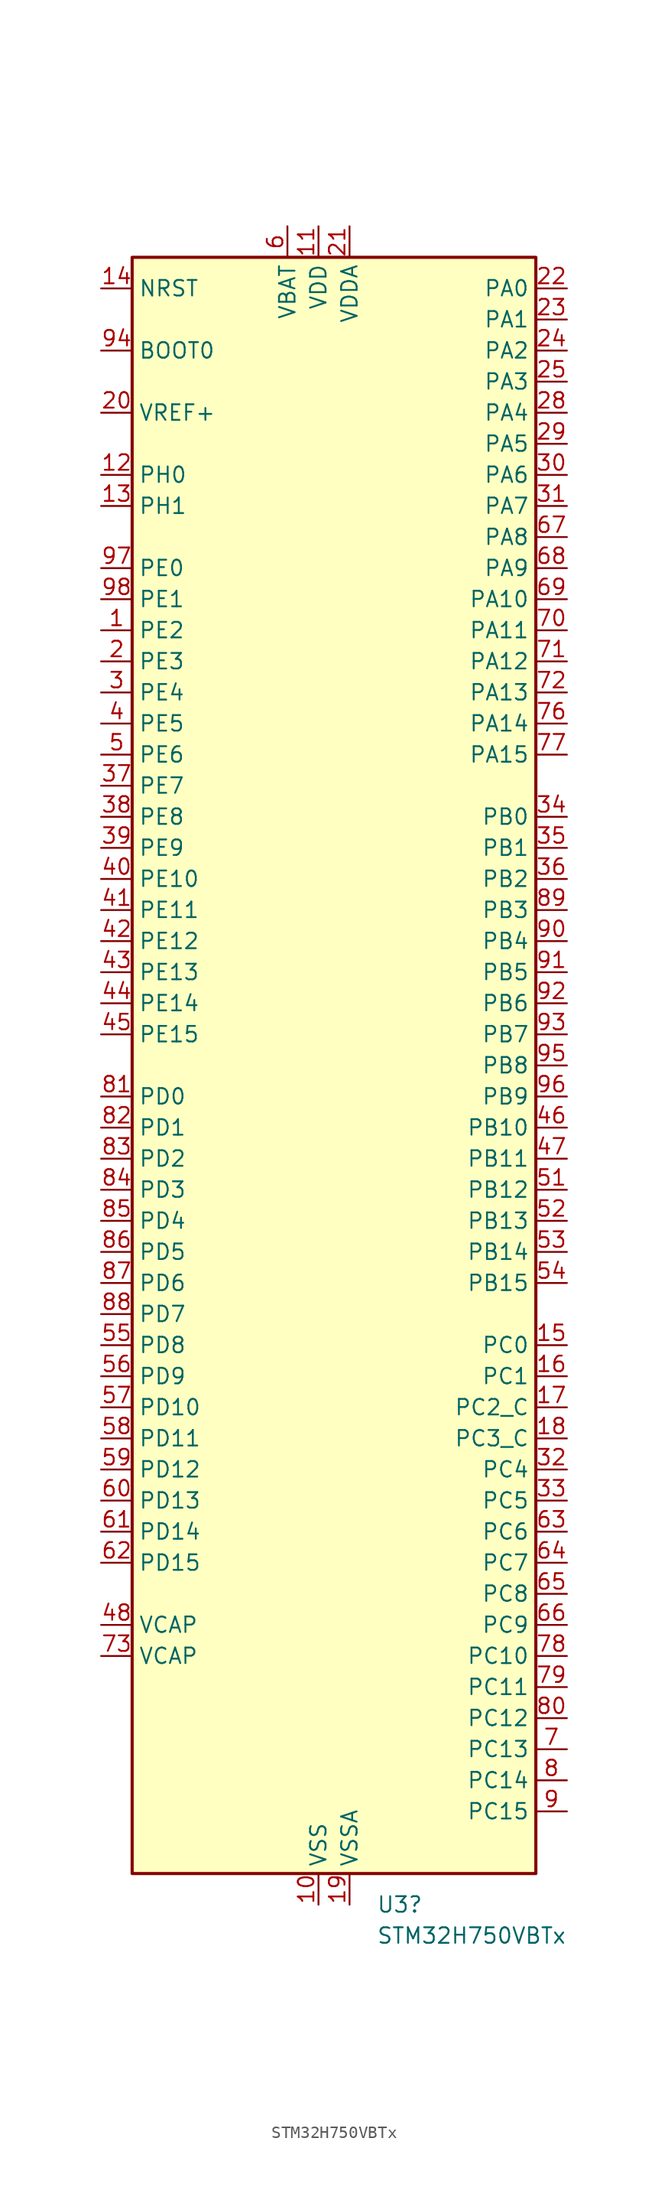
<source format=kicad_sym>
(kicad_symbol_lib
  (version 20231120)
  (generator "kicad_symbol_editor")
  (generator_version "8.0")
  (symbol "STM32H750VBTx"
    (property "Reference" "U3"
      (at 4.734 -68.58 0)
      (effects (font (size 1.27 1.27)) (justify left)))
    (property "Value" "STM32H750VBTx"
      (at 4.734 -71.12 0)
      (effects (font (size 1.27 1.27)) (justify left)))
    (symbol "STM32H750VBTx_0_1"
      (rectangle (start -15.24 66.04) (end 17.78 -66.04) (stroke (width 0.254) (type default)) (fill (type background))))
    (symbol "STM32H750VBTx_1_1"
      (pin bidirectional line (at -17.78 35.56 0) (length 2.54) (name "PE2" (effects (font (size 1.27 1.27)))) (number "1" (effects (font (size 1.27 1.27)))) (alternate "DEBUG_TRACECLK" bidirectional line) (alternate "ETH_TXD3" bidirectional line) (alternate "FMC_A23" bidirectional line) (alternate "QUADSPI_BK1_IO2" bidirectional line) (alternate "SAI1_CK1" bidirectional line) (alternate "SAI1_MCLK_A" bidirectional line) (alternate "SAI4_CK1" bidirectional line) (alternate "SAI4_MCLK_A" bidirectional line) (alternate "SPI4_SCK" bidirectional line))
      (pin power_in line (at 0 -68.58 90) (length 2.54) (name "VSS" (effects (font (size 1.27 1.27)))) (number "10" (effects (font (size 1.27 1.27)))))
      (pin power_in line (at 0 68.58 270) (length 2.54) hide (name "VDD" (effects (font (size 1.27 1.27)))) (number "100" (effects (font (size 1.27 1.27)))))
      (pin power_in line (at 0 68.58 270) (length 2.54) (name "VDD" (effects (font (size 1.27 1.27)))) (number "11" (effects (font (size 1.27 1.27)))))
      (pin bidirectional line (at -17.78 48.26 0) (length 2.54) (name "PH0" (effects (font (size 1.27 1.27)))) (number "12" (effects (font (size 1.27 1.27)))) (alternate "RCC_OSC_IN" bidirectional line))
      (pin bidirectional line (at -17.78 45.72 0) (length 2.54) (name "PH1" (effects (font (size 1.27 1.27)))) (number "13" (effects (font (size 1.27 1.27)))) (alternate "RCC_OSC_OUT" bidirectional line))
      (pin input line (at -17.78 63.5 0) (length 2.54) (name "NRST" (effects (font (size 1.27 1.27)))) (number "14" (effects (font (size 1.27 1.27)))))
      (pin bidirectional line (at 20.32 -22.86 180) (length 2.54) (name "PC0" (effects (font (size 1.27 1.27)))) (number "15" (effects (font (size 1.27 1.27)))) (alternate "ADC1_INP10" bidirectional line) (alternate "ADC2_INP10" bidirectional line) (alternate "ADC3_INP10" bidirectional line) (alternate "DFSDM1_CKIN0" bidirectional line) (alternate "DFSDM1_DATIN4" bidirectional line) (alternate "FMC_SDNWE" bidirectional line) (alternate "LTDC_R5" bidirectional line) (alternate "SAI2_FS_B" bidirectional line) (alternate "USB_OTG_HS_ULPI_STP" bidirectional line))
      (pin bidirectional line (at 20.32 -25.4 180) (length 2.54) (name "PC1" (effects (font (size 1.27 1.27)))) (number "16" (effects (font (size 1.27 1.27)))) (alternate "ADC1_INN10" bidirectional line) (alternate "ADC1_INP11" bidirectional line) (alternate "ADC2_INN10" bidirectional line) (alternate "ADC2_INP11" bidirectional line) (alternate "ADC3_INN10" bidirectional line) (alternate "ADC3_INP11" bidirectional line) (alternate "DEBUG_TRACED0" bidirectional line) (alternate "DFSDM1_CKIN4" bidirectional line) (alternate "DFSDM1_DATIN0" bidirectional line) (alternate "ETH_MDC" bidirectional line) (alternate "I2S2_SDO" bidirectional line) (alternate "MDIOS_MDC" bidirectional line) (alternate "PWR_WKUP6" bidirectional line) (alternate "RTC_TAMP3" bidirectional line) (alternate "SAI1_D1" bidirectional line) (alternate "SAI1_SD_A" bidirectional line) (alternate "SAI4_D1" bidirectional line) (alternate "SAI4_SD_A" bidirectional line) (alternate "SDMMC2_CK" bidirectional line) (alternate "SPI2_MOSI" bidirectional line))
      (pin bidirectional line (at 20.32 -27.94 180) (length 2.54) (name "PC2_C" (effects (font (size 1.27 1.27)))) (number "17" (effects (font (size 1.27 1.27)))) (alternate "ADC3_INN1" bidirectional line) (alternate "ADC3_INP0" bidirectional line) (alternate "DFSDM1_CKIN1" bidirectional line) (alternate "DFSDM1_CKOUT" bidirectional line) (alternate "ETH_TXD2" bidirectional line) (alternate "FMC_SDNE0" bidirectional line) (alternate "I2S2_SDI" bidirectional line) (alternate "PWR_CSTOP" bidirectional line) (alternate "SPI2_MISO" bidirectional line) (alternate "USB_OTG_HS_ULPI_DIR" bidirectional line))
      (pin bidirectional line (at 20.32 -30.48 180) (length 2.54) (name "PC3_C" (effects (font (size 1.27 1.27)))) (number "18" (effects (font (size 1.27 1.27)))) (alternate "ADC3_INP1" bidirectional line) (alternate "DFSDM1_DATIN1" bidirectional line) (alternate "ETH_TX_CLK" bidirectional line) (alternate "FMC_SDCKE0" bidirectional line) (alternate "I2S2_SDO" bidirectional line) (alternate "PWR_CSLEEP" bidirectional line) (alternate "SPI2_MOSI" bidirectional line) (alternate "USB_OTG_HS_ULPI_NXT" bidirectional line))
      (pin power_in line (at 2.54 -68.58 90) (length 2.54) (name "VSSA" (effects (font (size 1.27 1.27)))) (number "19" (effects (font (size 1.27 1.27)))))
      (pin bidirectional line (at -17.78 33.02 0) (length 2.54) (name "PE3" (effects (font (size 1.27 1.27)))) (number "2" (effects (font (size 1.27 1.27)))) (alternate "DEBUG_TRACED0" bidirectional line) (alternate "FMC_A19" bidirectional line) (alternate "SAI1_SD_B" bidirectional line) (alternate "SAI4_SD_B" bidirectional line) (alternate "TIM15_BKIN" bidirectional line))
      (pin input line (at -17.78 53.34 0) (length 2.54) (name "VREF+" (effects (font (size 1.27 1.27)))) (number "20" (effects (font (size 1.27 1.27)))) (alternate "VREFBUF_OUT" bidirectional line))
      (pin power_in line (at 2.54 68.58 270) (length 2.54) (name "VDDA" (effects (font (size 1.27 1.27)))) (number "21" (effects (font (size 1.27 1.27)))))
      (pin bidirectional line (at 20.32 63.5 180) (length 2.54) (name "PA0" (effects (font (size 1.27 1.27)))) (number "22" (effects (font (size 1.27 1.27)))) (alternate "ADC1_INP16" bidirectional line) (alternate "ETH_CRS" bidirectional line) (alternate "PWR_WKUP1" bidirectional line) (alternate "SAI2_SD_B" bidirectional line) (alternate "SDMMC2_CMD" bidirectional line) (alternate "TIM15_BKIN" bidirectional line) (alternate "TIM2_CH1" bidirectional line) (alternate "TIM2_ETR" bidirectional line) (alternate "TIM5_CH1" bidirectional line) (alternate "TIM8_ETR" bidirectional line) (alternate "UART4_TX" bidirectional line) (alternate "USART2_CTS" bidirectional line) (alternate "USART2_NSS" bidirectional line))
      (pin bidirectional line (at 20.32 60.96 180) (length 2.54) (name "PA1" (effects (font (size 1.27 1.27)))) (number "23" (effects (font (size 1.27 1.27)))) (alternate "ADC1_INN16" bidirectional line) (alternate "ADC1_INP17" bidirectional line) (alternate "ETH_REF_CLK" bidirectional line) (alternate "ETH_RX_CLK" bidirectional line) (alternate "LPTIM3_OUT" bidirectional line) (alternate "LTDC_R2" bidirectional line) (alternate "QUADSPI_BK1_IO3" bidirectional line) (alternate "SAI2_MCLK_B" bidirectional line) (alternate "TIM15_CH1N" bidirectional line) (alternate "TIM2_CH2" bidirectional line) (alternate "TIM5_CH2" bidirectional line) (alternate "UART4_RX" bidirectional line) (alternate "USART2_DE" bidirectional line) (alternate "USART2_RTS" bidirectional line))
      (pin bidirectional line (at 20.32 58.42 180) (length 2.54) (name "PA2" (effects (font (size 1.27 1.27)))) (number "24" (effects (font (size 1.27 1.27)))) (alternate "ADC1_INP14" bidirectional line) (alternate "ADC2_INP14" bidirectional line) (alternate "ETH_MDIO" bidirectional line) (alternate "LPTIM4_OUT" bidirectional line) (alternate "LTDC_R1" bidirectional line) (alternate "MDIOS_MDIO" bidirectional line) (alternate "PWR_WKUP2" bidirectional line) (alternate "SAI2_SCK_B" bidirectional line) (alternate "TIM15_CH1" bidirectional line) (alternate "TIM2_CH3" bidirectional line) (alternate "TIM5_CH3" bidirectional line) (alternate "USART2_TX" bidirectional line))
      (pin bidirectional line (at 20.32 55.88 180) (length 2.54) (name "PA3" (effects (font (size 1.27 1.27)))) (number "25" (effects (font (size 1.27 1.27)))) (alternate "ADC1_INP15" bidirectional line) (alternate "ADC2_INP15" bidirectional line) (alternate "ETH_COL" bidirectional line) (alternate "LPTIM5_OUT" bidirectional line) (alternate "LTDC_B2" bidirectional line) (alternate "LTDC_B5" bidirectional line) (alternate "TIM15_CH2" bidirectional line) (alternate "TIM2_CH4" bidirectional line) (alternate "TIM5_CH4" bidirectional line) (alternate "USART2_RX" bidirectional line) (alternate "USB_OTG_HS_ULPI_D0" bidirectional line))
      (pin passive line (at 0 -68.58 90) (length 2.54) hide (name "VSS" (effects (font (size 1.27 1.27)))) (number "26" (effects (font (size 1.27 1.27)))))
      (pin power_in line (at 0 68.58 270) (length 2.54) hide (name "VDD" (effects (font (size 1.27 1.27)))) (number "27" (effects (font (size 1.27 1.27)))))
      (pin bidirectional line (at 20.32 53.34 180) (length 2.54) (name "PA4" (effects (font (size 1.27 1.27)))) (number "28" (effects (font (size 1.27 1.27)))) (alternate "ADC1_INP18" bidirectional line) (alternate "ADC2_INP18" bidirectional line) (alternate "DAC1_OUT1" bidirectional line) (alternate "DCMI_HSYNC" bidirectional line) (alternate "I2S1_WS" bidirectional line) (alternate "I2S3_WS" bidirectional line) (alternate "LTDC_VSYNC" bidirectional line) (alternate "SPI1_NSS" bidirectional line) (alternate "SPI3_NSS" bidirectional line) (alternate "SPI6_NSS" bidirectional line) (alternate "TIM5_ETR" bidirectional line) (alternate "USART2_CK" bidirectional line) (alternate "USB_OTG_HS_SOF" bidirectional line))
      (pin bidirectional line (at 20.32 50.8 180) (length 2.54) (name "PA5" (effects (font (size 1.27 1.27)))) (number "29" (effects (font (size 1.27 1.27)))) (alternate "ADC1_INN18" bidirectional line) (alternate "ADC1_INP19" bidirectional line) (alternate "ADC2_INN18" bidirectional line) (alternate "ADC2_INP19" bidirectional line) (alternate "DAC1_OUT2" bidirectional line) (alternate "I2S1_CK" bidirectional line) (alternate "LTDC_R4" bidirectional line) (alternate "PWR_NDSTOP2" bidirectional line) (alternate "SPI1_SCK" bidirectional line) (alternate "SPI6_SCK" bidirectional line) (alternate "TIM2_CH1" bidirectional line) (alternate "TIM2_ETR" bidirectional line) (alternate "TIM8_CH1N" bidirectional line) (alternate "USB_OTG_HS_ULPI_CK" bidirectional line))
      (pin bidirectional line (at -17.78 30.48 0) (length 2.54) (name "PE4" (effects (font (size 1.27 1.27)))) (number "3" (effects (font (size 1.27 1.27)))) (alternate "DCMI_D4" bidirectional line) (alternate "DEBUG_TRACED1" bidirectional line) (alternate "DFSDM1_DATIN3" bidirectional line) (alternate "FMC_A20" bidirectional line) (alternate "LTDC_B0" bidirectional line) (alternate "SAI1_D2" bidirectional line) (alternate "SAI1_FS_A" bidirectional line) (alternate "SAI4_D2" bidirectional line) (alternate "SAI4_FS_A" bidirectional line) (alternate "SPI4_NSS" bidirectional line) (alternate "TIM15_CH1N" bidirectional line))
      (pin bidirectional line (at 20.32 48.26 180) (length 2.54) (name "PA6" (effects (font (size 1.27 1.27)))) (number "30" (effects (font (size 1.27 1.27)))) (alternate "ADC1_INP3" bidirectional line) (alternate "ADC2_INP3" bidirectional line) (alternate "DCMI_PIXCLK" bidirectional line) (alternate "I2S1_SDI" bidirectional line) (alternate "LTDC_G2" bidirectional line) (alternate "MDIOS_MDC" bidirectional line) (alternate "SPI1_MISO" bidirectional line) (alternate "SPI6_MISO" bidirectional line) (alternate "TIM13_CH1" bidirectional line) (alternate "TIM1_BKIN" bidirectional line) (alternate "TIM1_BKIN_COMP1" bidirectional line) (alternate "TIM1_BKIN_COMP2" bidirectional line) (alternate "TIM3_CH1" bidirectional line) (alternate "TIM8_BKIN" bidirectional line) (alternate "TIM8_BKIN_COMP1" bidirectional line) (alternate "TIM8_BKIN_COMP2" bidirectional line))
      (pin bidirectional line (at 20.32 45.72 180) (length 2.54) (name "PA7" (effects (font (size 1.27 1.27)))) (number "31" (effects (font (size 1.27 1.27)))) (alternate "ADC1_INN3" bidirectional line) (alternate "ADC1_INP7" bidirectional line) (alternate "ADC2_INN3" bidirectional line) (alternate "ADC2_INP7" bidirectional line) (alternate "ETH_CRS_DV" bidirectional line) (alternate "ETH_RX_DV" bidirectional line) (alternate "FMC_SDNWE" bidirectional line) (alternate "I2S1_SDO" bidirectional line) (alternate "OPAMP1_VINM" bidirectional line) (alternate "OPAMP1_VINM1" bidirectional line) (alternate "SPI1_MOSI" bidirectional line) (alternate "SPI6_MOSI" bidirectional line) (alternate "TIM14_CH1" bidirectional line) (alternate "TIM1_CH1N" bidirectional line) (alternate "TIM3_CH2" bidirectional line) (alternate "TIM8_CH1N" bidirectional line))
      (pin bidirectional line (at 20.32 -33.02 180) (length 2.54) (name "PC4" (effects (font (size 1.27 1.27)))) (number "32" (effects (font (size 1.27 1.27)))) (alternate "ADC1_INP4" bidirectional line) (alternate "ADC2_INP4" bidirectional line) (alternate "COMP1_INM" bidirectional line) (alternate "DFSDM1_CKIN2" bidirectional line) (alternate "ETH_RXD0" bidirectional line) (alternate "FMC_SDNE0" bidirectional line) (alternate "I2S1_MCK" bidirectional line) (alternate "OPAMP1_VOUT" bidirectional line) (alternate "SPDIFRX1_IN2" bidirectional line))
      (pin bidirectional line (at 20.32 -35.56 180) (length 2.54) (name "PC5" (effects (font (size 1.27 1.27)))) (number "33" (effects (font (size 1.27 1.27)))) (alternate "ADC1_INN4" bidirectional line) (alternate "ADC1_INP8" bidirectional line) (alternate "ADC2_INN4" bidirectional line) (alternate "ADC2_INP8" bidirectional line) (alternate "COMP1_OUT" bidirectional line) (alternate "DFSDM1_DATIN2" bidirectional line) (alternate "ETH_RXD1" bidirectional line) (alternate "FMC_SDCKE0" bidirectional line) (alternate "OPAMP1_VINM" bidirectional line) (alternate "OPAMP1_VINM0" bidirectional line) (alternate "SAI1_D3" bidirectional line) (alternate "SAI4_D3" bidirectional line) (alternate "SPDIFRX1_IN3" bidirectional line))
      (pin bidirectional line (at 20.32 20.32 180) (length 2.54) (name "PB0" (effects (font (size 1.27 1.27)))) (number "34" (effects (font (size 1.27 1.27)))) (alternate "ADC1_INN5" bidirectional line) (alternate "ADC1_INP9" bidirectional line) (alternate "ADC2_INN5" bidirectional line) (alternate "ADC2_INP9" bidirectional line) (alternate "COMP1_INP" bidirectional line) (alternate "DFSDM1_CKOUT" bidirectional line) (alternate "ETH_RXD2" bidirectional line) (alternate "LTDC_G1" bidirectional line) (alternate "LTDC_R3" bidirectional line) (alternate "OPAMP1_VINP" bidirectional line) (alternate "TIM1_CH2N" bidirectional line) (alternate "TIM3_CH3" bidirectional line) (alternate "TIM8_CH2N" bidirectional line) (alternate "UART4_CTS" bidirectional line) (alternate "USB_OTG_HS_ULPI_D1" bidirectional line))
      (pin bidirectional line (at 20.32 17.78 180) (length 2.54) (name "PB1" (effects (font (size 1.27 1.27)))) (number "35" (effects (font (size 1.27 1.27)))) (alternate "ADC1_INP5" bidirectional line) (alternate "ADC2_INP5" bidirectional line) (alternate "COMP1_INM" bidirectional line) (alternate "DFSDM1_DATIN1" bidirectional line) (alternate "ETH_RXD3" bidirectional line) (alternate "LTDC_G0" bidirectional line) (alternate "LTDC_R6" bidirectional line) (alternate "TIM1_CH3N" bidirectional line) (alternate "TIM3_CH4" bidirectional line) (alternate "TIM8_CH3N" bidirectional line) (alternate "USB_OTG_HS_ULPI_D2" bidirectional line))
      (pin bidirectional line (at 20.32 15.24 180) (length 2.54) (name "PB2" (effects (font (size 1.27 1.27)))) (number "36" (effects (font (size 1.27 1.27)))) (alternate "COMP1_INP" bidirectional line) (alternate "DFSDM1_CKIN1" bidirectional line) (alternate "I2S3_SDO" bidirectional line) (alternate "QUADSPI_CLK" bidirectional line) (alternate "RTC_OUT_ALARM" bidirectional line) (alternate "RTC_OUT_CALIB" bidirectional line) (alternate "SAI1_D1" bidirectional line) (alternate "SAI1_SD_A" bidirectional line) (alternate "SAI4_D1" bidirectional line) (alternate "SAI4_SD_A" bidirectional line) (alternate "SPI3_MOSI" bidirectional line))
      (pin bidirectional line (at -17.78 22.86 0) (length 2.54) (name "PE7" (effects (font (size 1.27 1.27)))) (number "37" (effects (font (size 1.27 1.27)))) (alternate "COMP2_INM" bidirectional line) (alternate "DFSDM1_DATIN2" bidirectional line) (alternate "FMC_D4" bidirectional line) (alternate "FMC_DA4" bidirectional line) (alternate "OPAMP2_VOUT" bidirectional line) (alternate "QUADSPI_BK2_IO0" bidirectional line) (alternate "TIM1_ETR" bidirectional line) (alternate "UART7_RX" bidirectional line))
      (pin bidirectional line (at -17.78 20.32 0) (length 2.54) (name "PE8" (effects (font (size 1.27 1.27)))) (number "38" (effects (font (size 1.27 1.27)))) (alternate "COMP2_OUT" bidirectional line) (alternate "DFSDM1_CKIN2" bidirectional line) (alternate "FMC_D5" bidirectional line) (alternate "FMC_DA5" bidirectional line) (alternate "OPAMP2_VINM" bidirectional line) (alternate "OPAMP2_VINM0" bidirectional line) (alternate "QUADSPI_BK2_IO1" bidirectional line) (alternate "TIM1_CH1N" bidirectional line) (alternate "UART7_TX" bidirectional line))
      (pin bidirectional line (at -17.78 17.78 0) (length 2.54) (name "PE9" (effects (font (size 1.27 1.27)))) (number "39" (effects (font (size 1.27 1.27)))) (alternate "COMP2_INP" bidirectional line) (alternate "DAC1_EXTI9" bidirectional line) (alternate "DFSDM1_CKOUT" bidirectional line) (alternate "FMC_D6" bidirectional line) (alternate "FMC_DA6" bidirectional line) (alternate "OPAMP2_VINP" bidirectional line) (alternate "QUADSPI_BK2_IO2" bidirectional line) (alternate "TIM1_CH1" bidirectional line) (alternate "UART7_DE" bidirectional line) (alternate "UART7_RTS" bidirectional line))
      (pin bidirectional line (at -17.78 27.94 0) (length 2.54) (name "PE5" (effects (font (size 1.27 1.27)))) (number "4" (effects (font (size 1.27 1.27)))) (alternate "DCMI_D6" bidirectional line) (alternate "DEBUG_TRACED2" bidirectional line) (alternate "DFSDM1_CKIN3" bidirectional line) (alternate "FMC_A21" bidirectional line) (alternate "LTDC_G0" bidirectional line) (alternate "SAI1_CK2" bidirectional line) (alternate "SAI1_SCK_A" bidirectional line) (alternate "SAI4_CK2" bidirectional line) (alternate "SAI4_SCK_A" bidirectional line) (alternate "SPI4_MISO" bidirectional line) (alternate "TIM15_CH1" bidirectional line))
      (pin bidirectional line (at -17.78 15.24 0) (length 2.54) (name "PE10" (effects (font (size 1.27 1.27)))) (number "40" (effects (font (size 1.27 1.27)))) (alternate "COMP2_INM" bidirectional line) (alternate "DFSDM1_DATIN4" bidirectional line) (alternate "FMC_D7" bidirectional line) (alternate "FMC_DA7" bidirectional line) (alternate "QUADSPI_BK2_IO3" bidirectional line) (alternate "TIM1_CH2N" bidirectional line) (alternate "UART7_CTS" bidirectional line))
      (pin bidirectional line (at -17.78 12.7 0) (length 2.54) (name "PE11" (effects (font (size 1.27 1.27)))) (number "41" (effects (font (size 1.27 1.27)))) (alternate "ADC1_EXTI11" bidirectional line) (alternate "ADC2_EXTI11" bidirectional line) (alternate "ADC3_EXTI11" bidirectional line) (alternate "COMP2_INP" bidirectional line) (alternate "DFSDM1_CKIN4" bidirectional line) (alternate "FMC_D8" bidirectional line) (alternate "FMC_DA8" bidirectional line) (alternate "LTDC_G3" bidirectional line) (alternate "SAI2_SD_B" bidirectional line) (alternate "SPI4_NSS" bidirectional line) (alternate "TIM1_CH2" bidirectional line))
      (pin bidirectional line (at -17.78 10.16 0) (length 2.54) (name "PE12" (effects (font (size 1.27 1.27)))) (number "42" (effects (font (size 1.27 1.27)))) (alternate "COMP1_OUT" bidirectional line) (alternate "DFSDM1_DATIN5" bidirectional line) (alternate "FMC_D9" bidirectional line) (alternate "FMC_DA9" bidirectional line) (alternate "LTDC_B4" bidirectional line) (alternate "SAI2_SCK_B" bidirectional line) (alternate "SPI4_SCK" bidirectional line) (alternate "TIM1_CH3N" bidirectional line))
      (pin bidirectional line (at -17.78 7.62 0) (length 2.54) (name "PE13" (effects (font (size 1.27 1.27)))) (number "43" (effects (font (size 1.27 1.27)))) (alternate "COMP2_OUT" bidirectional line) (alternate "DFSDM1_CKIN5" bidirectional line) (alternate "FMC_D10" bidirectional line) (alternate "FMC_DA10" bidirectional line) (alternate "LTDC_DE" bidirectional line) (alternate "SAI2_FS_B" bidirectional line) (alternate "SPI4_MISO" bidirectional line) (alternate "TIM1_CH3" bidirectional line))
      (pin bidirectional line (at -17.78 5.08 0) (length 2.54) (name "PE14" (effects (font (size 1.27 1.27)))) (number "44" (effects (font (size 1.27 1.27)))) (alternate "FMC_D11" bidirectional line) (alternate "FMC_DA11" bidirectional line) (alternate "LTDC_CLK" bidirectional line) (alternate "SAI2_MCLK_B" bidirectional line) (alternate "SPI4_MOSI" bidirectional line) (alternate "TIM1_CH4" bidirectional line))
      (pin bidirectional line (at -17.78 2.54 0) (length 2.54) (name "PE15" (effects (font (size 1.27 1.27)))) (number "45" (effects (font (size 1.27 1.27)))) (alternate "ADC1_EXTI15" bidirectional line) (alternate "ADC2_EXTI15" bidirectional line) (alternate "ADC3_EXTI15" bidirectional line) (alternate "FMC_D12" bidirectional line) (alternate "FMC_DA12" bidirectional line) (alternate "LTDC_R7" bidirectional line) (alternate "TIM1_BKIN" bidirectional line) (alternate "TIM1_BKIN_COMP1" bidirectional line) (alternate "TIM1_BKIN_COMP2" bidirectional line))
      (pin bidirectional line (at 20.32 -5.08 180) (length 2.54) (name "PB10" (effects (font (size 1.27 1.27)))) (number "46" (effects (font (size 1.27 1.27)))) (alternate "DFSDM1_DATIN7" bidirectional line) (alternate "ETH_RX_ER" bidirectional line) (alternate "HRTIM_SCOUT" bidirectional line) (alternate "I2C2_SCL" bidirectional line) (alternate "I2S2_CK" bidirectional line) (alternate "LPTIM2_IN1" bidirectional line) (alternate "LTDC_G4" bidirectional line) (alternate "QUADSPI_BK1_NCS" bidirectional line) (alternate "SPI2_SCK" bidirectional line) (alternate "TIM2_CH3" bidirectional line) (alternate "USART3_TX" bidirectional line) (alternate "USB_OTG_HS_ULPI_D3" bidirectional line))
      (pin bidirectional line (at 20.32 -7.62 180) (length 2.54) (name "PB11" (effects (font (size 1.27 1.27)))) (number "47" (effects (font (size 1.27 1.27)))) (alternate "ADC1_EXTI11" bidirectional line) (alternate "ADC2_EXTI11" bidirectional line) (alternate "ADC3_EXTI11" bidirectional line) (alternate "DFSDM1_CKIN7" bidirectional line) (alternate "ETH_TX_EN" bidirectional line) (alternate "HRTIM_SCIN" bidirectional line) (alternate "I2C2_SDA" bidirectional line) (alternate "LPTIM2_ETR" bidirectional line) (alternate "LTDC_G5" bidirectional line) (alternate "TIM2_CH4" bidirectional line) (alternate "USART3_RX" bidirectional line) (alternate "USB_OTG_HS_ULPI_D4" bidirectional line))
      (pin power_out line (at -17.78 -45.72 0) (length 2.54) (name "VCAP" (effects (font (size 1.27 1.27)))) (number "48" (effects (font (size 1.27 1.27)))))
      (pin passive line (at 0 -68.58 90) (length 2.54) hide (name "VSS" (effects (font (size 1.27 1.27)))) (number "49" (effects (font (size 1.27 1.27)))))
      (pin bidirectional line (at -17.78 25.4 0) (length 2.54) (name "PE6" (effects (font (size 1.27 1.27)))) (number "5" (effects (font (size 1.27 1.27)))) (alternate "DCMI_D7" bidirectional line) (alternate "DEBUG_TRACED3" bidirectional line) (alternate "FMC_A22" bidirectional line) (alternate "LTDC_G1" bidirectional line) (alternate "SAI1_D1" bidirectional line) (alternate "SAI1_SD_A" bidirectional line) (alternate "SAI2_MCLK_B" bidirectional line) (alternate "SAI4_D1" bidirectional line) (alternate "SAI4_SD_A" bidirectional line) (alternate "SPI4_MOSI" bidirectional line) (alternate "TIM15_CH2" bidirectional line) (alternate "TIM1_BKIN2" bidirectional line) (alternate "TIM1_BKIN2_COMP1" bidirectional line) (alternate "TIM1_BKIN2_COMP2" bidirectional line))
      (pin power_in line (at 0 68.58 270) (length 2.54) hide (name "VDD" (effects (font (size 1.27 1.27)))) (number "50" (effects (font (size 1.27 1.27)))))
      (pin bidirectional line (at 20.32 -10.16 180) (length 2.54) (name "PB12" (effects (font (size 1.27 1.27)))) (number "51" (effects (font (size 1.27 1.27)))) (alternate "DFSDM1_DATIN1" bidirectional line) (alternate "ETH_TXD0" bidirectional line) (alternate "FDCAN2_RX" bidirectional line) (alternate "I2C2_SMBA" bidirectional line) (alternate "I2S2_WS" bidirectional line) (alternate "SPI2_NSS" bidirectional line) (alternate "TIM1_BKIN" bidirectional line) (alternate "TIM1_BKIN_COMP1" bidirectional line) (alternate "TIM1_BKIN_COMP2" bidirectional line) (alternate "UART5_RX" bidirectional line) (alternate "USART3_CK" bidirectional line) (alternate "USB_OTG_HS_ID" bidirectional line) (alternate "USB_OTG_HS_ULPI_D5" bidirectional line))
      (pin bidirectional line (at 20.32 -12.7 180) (length 2.54) (name "PB13" (effects (font (size 1.27 1.27)))) (number "52" (effects (font (size 1.27 1.27)))) (alternate "DFSDM1_CKIN1" bidirectional line) (alternate "ETH_TXD1" bidirectional line) (alternate "FDCAN2_TX" bidirectional line) (alternate "I2S2_CK" bidirectional line) (alternate "LPTIM2_OUT" bidirectional line) (alternate "SPI2_SCK" bidirectional line) (alternate "TIM1_CH1N" bidirectional line) (alternate "UART5_TX" bidirectional line) (alternate "USART3_CTS" bidirectional line) (alternate "USART3_NSS" bidirectional line) (alternate "USB_OTG_HS_ULPI_D6" bidirectional line) (alternate "USB_OTG_HS_VBUS" bidirectional line))
      (pin bidirectional line (at 20.32 -15.24 180) (length 2.54) (name "PB14" (effects (font (size 1.27 1.27)))) (number "53" (effects (font (size 1.27 1.27)))) (alternate "DFSDM1_DATIN2" bidirectional line) (alternate "I2S2_SDI" bidirectional line) (alternate "SDMMC2_D0" bidirectional line) (alternate "SPI2_MISO" bidirectional line) (alternate "TIM12_CH1" bidirectional line) (alternate "TIM1_CH2N" bidirectional line) (alternate "TIM8_CH2N" bidirectional line) (alternate "UART4_DE" bidirectional line) (alternate "UART4_RTS" bidirectional line) (alternate "USART1_TX" bidirectional line) (alternate "USART3_DE" bidirectional line) (alternate "USART3_RTS" bidirectional line) (alternate "USB_OTG_HS_DM" bidirectional line))
      (pin bidirectional line (at 20.32 -17.78 180) (length 2.54) (name "PB15" (effects (font (size 1.27 1.27)))) (number "54" (effects (font (size 1.27 1.27)))) (alternate "ADC1_EXTI15" bidirectional line) (alternate "ADC2_EXTI15" bidirectional line) (alternate "ADC3_EXTI15" bidirectional line) (alternate "DFSDM1_CKIN2" bidirectional line) (alternate "I2S2_SDO" bidirectional line) (alternate "RTC_REFIN" bidirectional line) (alternate "SDMMC2_D1" bidirectional line) (alternate "SPI2_MOSI" bidirectional line) (alternate "TIM12_CH2" bidirectional line) (alternate "TIM1_CH3N" bidirectional line) (alternate "TIM8_CH3N" bidirectional line) (alternate "UART4_CTS" bidirectional line) (alternate "USART1_RX" bidirectional line) (alternate "USB_OTG_HS_DP" bidirectional line))
      (pin bidirectional line (at -17.78 -22.86 0) (length 2.54) (name "PD8" (effects (font (size 1.27 1.27)))) (number "55" (effects (font (size 1.27 1.27)))) (alternate "DFSDM1_CKIN3" bidirectional line) (alternate "FMC_D13" bidirectional line) (alternate "FMC_DA13" bidirectional line) (alternate "SAI3_SCK_B" bidirectional line) (alternate "SPDIFRX1_IN1" bidirectional line) (alternate "USART3_TX" bidirectional line))
      (pin bidirectional line (at -17.78 -25.4 0) (length 2.54) (name "PD9" (effects (font (size 1.27 1.27)))) (number "56" (effects (font (size 1.27 1.27)))) (alternate "DAC1_EXTI9" bidirectional line) (alternate "DFSDM1_DATIN3" bidirectional line) (alternate "FMC_D14" bidirectional line) (alternate "FMC_DA14" bidirectional line) (alternate "SAI3_SD_B" bidirectional line) (alternate "USART3_RX" bidirectional line))
      (pin bidirectional line (at -17.78 -27.94 0) (length 2.54) (name "PD10" (effects (font (size 1.27 1.27)))) (number "57" (effects (font (size 1.27 1.27)))) (alternate "DFSDM1_CKOUT" bidirectional line) (alternate "FMC_D15" bidirectional line) (alternate "FMC_DA15" bidirectional line) (alternate "LTDC_B3" bidirectional line) (alternate "SAI3_FS_B" bidirectional line) (alternate "USART3_CK" bidirectional line))
      (pin bidirectional line (at -17.78 -30.48 0) (length 2.54) (name "PD11" (effects (font (size 1.27 1.27)))) (number "58" (effects (font (size 1.27 1.27)))) (alternate "ADC1_EXTI11" bidirectional line) (alternate "ADC2_EXTI11" bidirectional line) (alternate "ADC3_EXTI11" bidirectional line) (alternate "FMC_A16" bidirectional line) (alternate "FMC_CLE" bidirectional line) (alternate "I2C4_SMBA" bidirectional line) (alternate "LPTIM2_IN2" bidirectional line) (alternate "QUADSPI_BK1_IO0" bidirectional line) (alternate "SAI2_SD_A" bidirectional line) (alternate "USART3_CTS" bidirectional line) (alternate "USART3_NSS" bidirectional line))
      (pin bidirectional line (at -17.78 -33.02 0) (length 2.54) (name "PD12" (effects (font (size 1.27 1.27)))) (number "59" (effects (font (size 1.27 1.27)))) (alternate "FMC_A17" bidirectional line) (alternate "FMC_ALE" bidirectional line) (alternate "I2C4_SCL" bidirectional line) (alternate "LPTIM1_IN1" bidirectional line) (alternate "LPTIM2_IN1" bidirectional line) (alternate "QUADSPI_BK1_IO1" bidirectional line) (alternate "SAI2_FS_A" bidirectional line) (alternate "TIM4_CH1" bidirectional line) (alternate "USART3_DE" bidirectional line) (alternate "USART3_RTS" bidirectional line))
      (pin power_in line (at -2.54 68.58 270) (length 2.54) (name "VBAT" (effects (font (size 1.27 1.27)))) (number "6" (effects (font (size 1.27 1.27)))))
      (pin bidirectional line (at -17.78 -35.56 0) (length 2.54) (name "PD13" (effects (font (size 1.27 1.27)))) (number "60" (effects (font (size 1.27 1.27)))) (alternate "FMC_A18" bidirectional line) (alternate "I2C4_SDA" bidirectional line) (alternate "LPTIM1_OUT" bidirectional line) (alternate "QUADSPI_BK1_IO3" bidirectional line) (alternate "SAI2_SCK_A" bidirectional line) (alternate "TIM4_CH2" bidirectional line))
      (pin bidirectional line (at -17.78 -38.1 0) (length 2.54) (name "PD14" (effects (font (size 1.27 1.27)))) (number "61" (effects (font (size 1.27 1.27)))) (alternate "FMC_D0" bidirectional line) (alternate "FMC_DA0" bidirectional line) (alternate "SAI3_MCLK_B" bidirectional line) (alternate "TIM4_CH3" bidirectional line) (alternate "UART8_CTS" bidirectional line))
      (pin bidirectional line (at -17.78 -40.64 0) (length 2.54) (name "PD15" (effects (font (size 1.27 1.27)))) (number "62" (effects (font (size 1.27 1.27)))) (alternate "ADC1_EXTI15" bidirectional line) (alternate "ADC2_EXTI15" bidirectional line) (alternate "ADC3_EXTI15" bidirectional line) (alternate "FMC_D1" bidirectional line) (alternate "FMC_DA1" bidirectional line) (alternate "SAI3_MCLK_A" bidirectional line) (alternate "TIM4_CH4" bidirectional line) (alternate "UART8_DE" bidirectional line) (alternate "UART8_RTS" bidirectional line))
      (pin bidirectional line (at 20.32 -38.1 180) (length 2.54) (name "PC6" (effects (font (size 1.27 1.27)))) (number "63" (effects (font (size 1.27 1.27)))) (alternate "DCMI_D0" bidirectional line) (alternate "DFSDM1_CKIN3" bidirectional line) (alternate "FMC_NWAIT" bidirectional line) (alternate "HRTIM_CHA1" bidirectional line) (alternate "I2S2_MCK" bidirectional line) (alternate "LTDC_HSYNC" bidirectional line) (alternate "SDMMC1_D0DIR" bidirectional line) (alternate "SDMMC1_D6" bidirectional line) (alternate "SDMMC2_D6" bidirectional line) (alternate "SWPMI1_IO" bidirectional line) (alternate "TIM3_CH1" bidirectional line) (alternate "TIM8_CH1" bidirectional line) (alternate "USART6_TX" bidirectional line))
      (pin bidirectional line (at 20.32 -40.64 180) (length 2.54) (name "PC7" (effects (font (size 1.27 1.27)))) (number "64" (effects (font (size 1.27 1.27)))) (alternate "DCMI_D1" bidirectional line) (alternate "DEBUG_TRGIO" bidirectional line) (alternate "DFSDM1_DATIN3" bidirectional line) (alternate "FMC_NE1" bidirectional line) (alternate "HRTIM_CHA2" bidirectional line) (alternate "I2S3_MCK" bidirectional line) (alternate "LTDC_G6" bidirectional line) (alternate "SDMMC1_D123DIR" bidirectional line) (alternate "SDMMC1_D7" bidirectional line) (alternate "SDMMC2_D7" bidirectional line) (alternate "SWPMI1_TX" bidirectional line) (alternate "TIM3_CH2" bidirectional line) (alternate "TIM8_CH2" bidirectional line) (alternate "USART6_RX" bidirectional line))
      (pin bidirectional line (at 20.32 -43.18 180) (length 2.54) (name "PC8" (effects (font (size 1.27 1.27)))) (number "65" (effects (font (size 1.27 1.27)))) (alternate "DCMI_D2" bidirectional line) (alternate "DEBUG_TRACED1" bidirectional line) (alternate "FMC_NCE" bidirectional line) (alternate "FMC_NE2" bidirectional line) (alternate "HRTIM_CHB1" bidirectional line) (alternate "SDMMC1_D0" bidirectional line) (alternate "SWPMI1_RX" bidirectional line) (alternate "TIM3_CH3" bidirectional line) (alternate "TIM8_CH3" bidirectional line) (alternate "UART5_DE" bidirectional line) (alternate "UART5_RTS" bidirectional line) (alternate "USART6_CK" bidirectional line))
      (pin bidirectional line (at 20.32 -45.72 180) (length 2.54) (name "PC9" (effects (font (size 1.27 1.27)))) (number "66" (effects (font (size 1.27 1.27)))) (alternate "DAC1_EXTI9" bidirectional line) (alternate "DCMI_D3" bidirectional line) (alternate "I2C3_SDA" bidirectional line) (alternate "I2S_CKIN" bidirectional line) (alternate "LTDC_B2" bidirectional line) (alternate "LTDC_G3" bidirectional line) (alternate "QUADSPI_BK1_IO0" bidirectional line) (alternate "RCC_MCO_2" bidirectional line) (alternate "SDMMC1_D1" bidirectional line) (alternate "SWPMI1_SUSPEND" bidirectional line) (alternate "TIM3_CH4" bidirectional line) (alternate "TIM8_CH4" bidirectional line) (alternate "UART5_CTS" bidirectional line))
      (pin bidirectional line (at 20.32 43.18 180) (length 2.54) (name "PA8" (effects (font (size 1.27 1.27)))) (number "67" (effects (font (size 1.27 1.27)))) (alternate "HRTIM_CHB2" bidirectional line) (alternate "I2C3_SCL" bidirectional line) (alternate "LTDC_B3" bidirectional line) (alternate "LTDC_R6" bidirectional line) (alternate "RCC_MCO_1" bidirectional line) (alternate "TIM1_CH1" bidirectional line) (alternate "TIM8_BKIN2" bidirectional line) (alternate "TIM8_BKIN2_COMP1" bidirectional line) (alternate "TIM8_BKIN2_COMP2" bidirectional line) (alternate "UART7_RX" bidirectional line) (alternate "USART1_CK" bidirectional line) (alternate "USB_OTG_FS_SOF" bidirectional line))
      (pin bidirectional line (at 20.32 40.64 180) (length 2.54) (name "PA9" (effects (font (size 1.27 1.27)))) (number "68" (effects (font (size 1.27 1.27)))) (alternate "DAC1_EXTI9" bidirectional line) (alternate "DCMI_D0" bidirectional line) (alternate "HRTIM_CHC1" bidirectional line) (alternate "I2C3_SMBA" bidirectional line) (alternate "I2S2_CK" bidirectional line) (alternate "LPUART1_TX" bidirectional line) (alternate "LTDC_R5" bidirectional line) (alternate "SPI2_SCK" bidirectional line) (alternate "TIM1_CH2" bidirectional line) (alternate "USART1_TX" bidirectional line) (alternate "USB_OTG_FS_VBUS" bidirectional line))
      (pin bidirectional line (at 20.32 38.1 180) (length 2.54) (name "PA10" (effects (font (size 1.27 1.27)))) (number "69" (effects (font (size 1.27 1.27)))) (alternate "DCMI_D1" bidirectional line) (alternate "HRTIM_CHC2" bidirectional line) (alternate "LPUART1_RX" bidirectional line) (alternate "LTDC_B1" bidirectional line) (alternate "LTDC_B4" bidirectional line) (alternate "MDIOS_MDIO" bidirectional line) (alternate "TIM1_CH3" bidirectional line) (alternate "USART1_RX" bidirectional line) (alternate "USB_OTG_FS_ID" bidirectional line))
      (pin bidirectional line (at 20.32 -55.88 180) (length 2.54) (name "PC13" (effects (font (size 1.27 1.27)))) (number "7" (effects (font (size 1.27 1.27)))) (alternate "PWR_WKUP4" bidirectional line) (alternate "RTC_OUT_ALARM" bidirectional line) (alternate "RTC_OUT_CALIB" bidirectional line) (alternate "RTC_TAMP1" bidirectional line) (alternate "RTC_TS" bidirectional line))
      (pin bidirectional line (at 20.32 35.56 180) (length 2.54) (name "PA11" (effects (font (size 1.27 1.27)))) (number "70" (effects (font (size 1.27 1.27)))) (alternate "ADC1_EXTI11" bidirectional line) (alternate "ADC2_EXTI11" bidirectional line) (alternate "ADC3_EXTI11" bidirectional line) (alternate "FDCAN1_RX" bidirectional line) (alternate "HRTIM_CHD1" bidirectional line) (alternate "I2S2_WS" bidirectional line) (alternate "LPUART1_CTS" bidirectional line) (alternate "LTDC_R4" bidirectional line) (alternate "SPI2_NSS" bidirectional line) (alternate "TIM1_CH4" bidirectional line) (alternate "UART4_RX" bidirectional line) (alternate "USART1_CTS" bidirectional line) (alternate "USART1_NSS" bidirectional line) (alternate "USB_OTG_FS_DM" bidirectional line))
      (pin bidirectional line (at 20.32 33.02 180) (length 2.54) (name "PA12" (effects (font (size 1.27 1.27)))) (number "71" (effects (font (size 1.27 1.27)))) (alternate "FDCAN1_TX" bidirectional line) (alternate "HRTIM_CHD2" bidirectional line) (alternate "I2S2_CK" bidirectional line) (alternate "LPUART1_DE" bidirectional line) (alternate "LPUART1_RTS" bidirectional line) (alternate "LTDC_R5" bidirectional line) (alternate "SAI2_FS_B" bidirectional line) (alternate "SPI2_SCK" bidirectional line) (alternate "TIM1_ETR" bidirectional line) (alternate "UART4_TX" bidirectional line) (alternate "USART1_DE" bidirectional line) (alternate "USART1_RTS" bidirectional line) (alternate "USB_OTG_FS_DP" bidirectional line))
      (pin bidirectional line (at 20.32 30.48 180) (length 2.54) (name "PA13" (effects (font (size 1.27 1.27)))) (number "72" (effects (font (size 1.27 1.27)))) (alternate "DEBUG_JTMS-SWDIO" bidirectional line))
      (pin power_out line (at -17.78 -48.26 0) (length 2.54) (name "VCAP" (effects (font (size 1.27 1.27)))) (number "73" (effects (font (size 1.27 1.27)))))
      (pin passive line (at 0 -68.58 90) (length 2.54) hide (name "VSS" (effects (font (size 1.27 1.27)))) (number "74" (effects (font (size 1.27 1.27)))))
      (pin power_in line (at 0 68.58 270) (length 2.54) hide (name "VDD" (effects (font (size 1.27 1.27)))) (number "75" (effects (font (size 1.27 1.27)))))
      (pin bidirectional line (at 20.32 27.94 180) (length 2.54) (name "PA14" (effects (font (size 1.27 1.27)))) (number "76" (effects (font (size 1.27 1.27)))) (alternate "DEBUG_JTCK-SWCLK" bidirectional line))
      (pin bidirectional line (at 20.32 25.4 180) (length 2.54) (name "PA15" (effects (font (size 1.27 1.27)))) (number "77" (effects (font (size 1.27 1.27)))) (alternate "ADC1_EXTI15" bidirectional line) (alternate "ADC2_EXTI15" bidirectional line) (alternate "ADC3_EXTI15" bidirectional line) (alternate "CEC" bidirectional line) (alternate "DEBUG_JTDI" bidirectional line) (alternate "HRTIM_FLT1" bidirectional line) (alternate "I2S1_WS" bidirectional line) (alternate "I2S3_WS" bidirectional line) (alternate "SPI1_NSS" bidirectional line) (alternate "SPI3_NSS" bidirectional line) (alternate "SPI6_NSS" bidirectional line) (alternate "TIM2_CH1" bidirectional line) (alternate "TIM2_ETR" bidirectional line) (alternate "UART4_DE" bidirectional line) (alternate "UART4_RTS" bidirectional line) (alternate "UART7_TX" bidirectional line))
      (pin bidirectional line (at 20.32 -48.26 180) (length 2.54) (name "PC10" (effects (font (size 1.27 1.27)))) (number "78" (effects (font (size 1.27 1.27)))) (alternate "DCMI_D8" bidirectional line) (alternate "DFSDM1_CKIN5" bidirectional line) (alternate "HRTIM_EEV1" bidirectional line) (alternate "I2S3_CK" bidirectional line) (alternate "LTDC_R2" bidirectional line) (alternate "QUADSPI_BK1_IO1" bidirectional line) (alternate "SDMMC1_D2" bidirectional line) (alternate "SPI3_SCK" bidirectional line) (alternate "UART4_TX" bidirectional line) (alternate "USART3_TX" bidirectional line))
      (pin bidirectional line (at 20.32 -50.8 180) (length 2.54) (name "PC11" (effects (font (size 1.27 1.27)))) (number "79" (effects (font (size 1.27 1.27)))) (alternate "ADC1_EXTI11" bidirectional line) (alternate "ADC2_EXTI11" bidirectional line) (alternate "ADC3_EXTI11" bidirectional line) (alternate "DCMI_D4" bidirectional line) (alternate "DFSDM1_DATIN5" bidirectional line) (alternate "HRTIM_FLT2" bidirectional line) (alternate "I2S3_SDI" bidirectional line) (alternate "QUADSPI_BK2_NCS" bidirectional line) (alternate "SDMMC1_D3" bidirectional line) (alternate "SPI3_MISO" bidirectional line) (alternate "UART4_RX" bidirectional line) (alternate "USART3_RX" bidirectional line))
      (pin bidirectional line (at 20.32 -58.42 180) (length 2.54) (name "PC14" (effects (font (size 1.27 1.27)))) (number "8" (effects (font (size 1.27 1.27)))) (alternate "RCC_OSC32_IN" bidirectional line))
      (pin bidirectional line (at 20.32 -53.34 180) (length 2.54) (name "PC12" (effects (font (size 1.27 1.27)))) (number "80" (effects (font (size 1.27 1.27)))) (alternate "DCMI_D9" bidirectional line) (alternate "DEBUG_TRACED3" bidirectional line) (alternate "HRTIM_EEV2" bidirectional line) (alternate "I2S3_SDO" bidirectional line) (alternate "SDMMC1_CK" bidirectional line) (alternate "SPI3_MOSI" bidirectional line) (alternate "UART5_TX" bidirectional line) (alternate "USART3_CK" bidirectional line))
      (pin bidirectional line (at -17.78 -2.54 0) (length 2.54) (name "PD0" (effects (font (size 1.27 1.27)))) (number "81" (effects (font (size 1.27 1.27)))) (alternate "DFSDM1_CKIN6" bidirectional line) (alternate "FDCAN1_RX" bidirectional line) (alternate "FMC_D2" bidirectional line) (alternate "FMC_DA2" bidirectional line) (alternate "SAI3_SCK_A" bidirectional line) (alternate "UART4_RX" bidirectional line))
      (pin bidirectional line (at -17.78 -5.08 0) (length 2.54) (name "PD1" (effects (font (size 1.27 1.27)))) (number "82" (effects (font (size 1.27 1.27)))) (alternate "DFSDM1_DATIN6" bidirectional line) (alternate "FDCAN1_TX" bidirectional line) (alternate "FMC_D3" bidirectional line) (alternate "FMC_DA3" bidirectional line) (alternate "SAI3_SD_A" bidirectional line) (alternate "UART4_TX" bidirectional line))
      (pin bidirectional line (at -17.78 -7.62 0) (length 2.54) (name "PD2" (effects (font (size 1.27 1.27)))) (number "83" (effects (font (size 1.27 1.27)))) (alternate "DCMI_D11" bidirectional line) (alternate "DEBUG_TRACED2" bidirectional line) (alternate "SDMMC1_CMD" bidirectional line) (alternate "TIM3_ETR" bidirectional line) (alternate "UART5_RX" bidirectional line))
      (pin bidirectional line (at -17.78 -10.16 0) (length 2.54) (name "PD3" (effects (font (size 1.27 1.27)))) (number "84" (effects (font (size 1.27 1.27)))) (alternate "DCMI_D5" bidirectional line) (alternate "DFSDM1_CKOUT" bidirectional line) (alternate "FMC_CLK" bidirectional line) (alternate "I2S2_CK" bidirectional line) (alternate "LTDC_G7" bidirectional line) (alternate "SPI2_SCK" bidirectional line) (alternate "USART2_CTS" bidirectional line) (alternate "USART2_NSS" bidirectional line))
      (pin bidirectional line (at -17.78 -12.7 0) (length 2.54) (name "PD4" (effects (font (size 1.27 1.27)))) (number "85" (effects (font (size 1.27 1.27)))) (alternate "FMC_NOE" bidirectional line) (alternate "HRTIM_FLT3" bidirectional line) (alternate "SAI3_FS_A" bidirectional line) (alternate "USART2_DE" bidirectional line) (alternate "USART2_RTS" bidirectional line))
      (pin bidirectional line (at -17.78 -15.24 0) (length 2.54) (name "PD5" (effects (font (size 1.27 1.27)))) (number "86" (effects (font (size 1.27 1.27)))) (alternate "FMC_NWE" bidirectional line) (alternate "HRTIM_EEV3" bidirectional line) (alternate "USART2_TX" bidirectional line))
      (pin bidirectional line (at -17.78 -17.78 0) (length 2.54) (name "PD6" (effects (font (size 1.27 1.27)))) (number "87" (effects (font (size 1.27 1.27)))) (alternate "DCMI_D10" bidirectional line) (alternate "DFSDM1_CKIN4" bidirectional line) (alternate "DFSDM1_DATIN1" bidirectional line) (alternate "FMC_NWAIT" bidirectional line) (alternate "I2S3_SDO" bidirectional line) (alternate "LTDC_B2" bidirectional line) (alternate "SAI1_D1" bidirectional line) (alternate "SAI1_SD_A" bidirectional line) (alternate "SAI4_D1" bidirectional line) (alternate "SAI4_SD_A" bidirectional line) (alternate "SDMMC2_CK" bidirectional line) (alternate "SPI3_MOSI" bidirectional line) (alternate "USART2_RX" bidirectional line))
      (pin bidirectional line (at -17.78 -20.32 0) (length 2.54) (name "PD7" (effects (font (size 1.27 1.27)))) (number "88" (effects (font (size 1.27 1.27)))) (alternate "DFSDM1_CKIN1" bidirectional line) (alternate "DFSDM1_DATIN4" bidirectional line) (alternate "FMC_NE1" bidirectional line) (alternate "I2S1_SDO" bidirectional line) (alternate "SDMMC2_CMD" bidirectional line) (alternate "SPDIFRX1_IN0" bidirectional line) (alternate "SPI1_MOSI" bidirectional line) (alternate "USART2_CK" bidirectional line))
      (pin bidirectional line (at 20.32 12.7 180) (length 2.54) (name "PB3" (effects (font (size 1.27 1.27)))) (number "89" (effects (font (size 1.27 1.27)))) (alternate "CRS_SYNC" bidirectional line) (alternate "DEBUG_JTDO-SWO" bidirectional line) (alternate "HRTIM_FLT4" bidirectional line) (alternate "I2S1_CK" bidirectional line) (alternate "I2S3_CK" bidirectional line) (alternate "SDMMC2_D2" bidirectional line) (alternate "SPI1_SCK" bidirectional line) (alternate "SPI3_SCK" bidirectional line) (alternate "SPI6_SCK" bidirectional line) (alternate "TIM2_CH2" bidirectional line) (alternate "UART7_RX" bidirectional line))
      (pin bidirectional line (at 20.32 -60.96 180) (length 2.54) (name "PC15" (effects (font (size 1.27 1.27)))) (number "9" (effects (font (size 1.27 1.27)))) (alternate "ADC1_EXTI15" bidirectional line) (alternate "ADC2_EXTI15" bidirectional line) (alternate "ADC3_EXTI15" bidirectional line) (alternate "RCC_OSC32_OUT" bidirectional line))
      (pin bidirectional line (at 20.32 10.16 180) (length 2.54) (name "PB4" (effects (font (size 1.27 1.27)))) (number "90" (effects (font (size 1.27 1.27)))) (alternate "DEBUG_JTRST" bidirectional line) (alternate "HRTIM_EEV6" bidirectional line) (alternate "I2S1_SDI" bidirectional line) (alternate "I2S2_WS" bidirectional line) (alternate "I2S3_SDI" bidirectional line) (alternate "SDMMC2_D3" bidirectional line) (alternate "SPI1_MISO" bidirectional line) (alternate "SPI2_NSS" bidirectional line) (alternate "SPI3_MISO" bidirectional line) (alternate "SPI6_MISO" bidirectional line) (alternate "TIM16_BKIN" bidirectional line) (alternate "TIM3_CH1" bidirectional line) (alternate "UART7_TX" bidirectional line))
      (pin bidirectional line (at 20.32 7.62 180) (length 2.54) (name "PB5" (effects (font (size 1.27 1.27)))) (number "91" (effects (font (size 1.27 1.27)))) (alternate "DCMI_D10" bidirectional line) (alternate "ETH_PPS_OUT" bidirectional line) (alternate "FDCAN2_RX" bidirectional line) (alternate "FMC_SDCKE1" bidirectional line) (alternate "HRTIM_EEV7" bidirectional line) (alternate "I2C1_SMBA" bidirectional line) (alternate "I2C4_SMBA" bidirectional line) (alternate "I2S1_SDO" bidirectional line) (alternate "I2S3_SDO" bidirectional line) (alternate "SPI1_MOSI" bidirectional line) (alternate "SPI3_MOSI" bidirectional line) (alternate "SPI6_MOSI" bidirectional line) (alternate "TIM17_BKIN" bidirectional line) (alternate "TIM3_CH2" bidirectional line) (alternate "UART5_RX" bidirectional line) (alternate "USB_OTG_HS_ULPI_D7" bidirectional line))
      (pin bidirectional line (at 20.32 5.08 180) (length 2.54) (name "PB6" (effects (font (size 1.27 1.27)))) (number "92" (effects (font (size 1.27 1.27)))) (alternate "CEC" bidirectional line) (alternate "DCMI_D5" bidirectional line) (alternate "DFSDM1_DATIN5" bidirectional line) (alternate "FDCAN2_TX" bidirectional line) (alternate "FMC_SDNE1" bidirectional line) (alternate "HRTIM_EEV8" bidirectional line) (alternate "I2C1_SCL" bidirectional line) (alternate "I2C4_SCL" bidirectional line) (alternate "LPUART1_TX" bidirectional line) (alternate "QUADSPI_BK1_NCS" bidirectional line) (alternate "TIM16_CH1N" bidirectional line) (alternate "TIM4_CH1" bidirectional line) (alternate "UART5_TX" bidirectional line) (alternate "USART1_TX" bidirectional line))
      (pin bidirectional line (at 20.32 2.54 180) (length 2.54) (name "PB7" (effects (font (size 1.27 1.27)))) (number "93" (effects (font (size 1.27 1.27)))) (alternate "DCMI_VSYNC" bidirectional line) (alternate "DFSDM1_CKIN5" bidirectional line) (alternate "FMC_NL" bidirectional line) (alternate "HRTIM_EEV9" bidirectional line) (alternate "I2C1_SDA" bidirectional line) (alternate "I2C4_SDA" bidirectional line) (alternate "LPUART1_RX" bidirectional line) (alternate "PWR_PVD_IN" bidirectional line) (alternate "TIM17_CH1N" bidirectional line) (alternate "TIM4_CH2" bidirectional line) (alternate "USART1_RX" bidirectional line))
      (pin input line (at -17.78 58.42 0) (length 2.54) (name "BOOT0" (effects (font (size 1.27 1.27)))) (number "94" (effects (font (size 1.27 1.27)))))
      (pin bidirectional line (at 20.32 0 180) (length 2.54) (name "PB8" (effects (font (size 1.27 1.27)))) (number "95" (effects (font (size 1.27 1.27)))) (alternate "DCMI_D6" bidirectional line) (alternate "DFSDM1_CKIN7" bidirectional line) (alternate "ETH_TXD3" bidirectional line) (alternate "FDCAN1_RX" bidirectional line) (alternate "I2C1_SCL" bidirectional line) (alternate "I2C4_SCL" bidirectional line) (alternate "LTDC_B6" bidirectional line) (alternate "SDMMC1_CKIN" bidirectional line) (alternate "SDMMC1_D4" bidirectional line) (alternate "SDMMC2_D4" bidirectional line) (alternate "TIM16_CH1" bidirectional line) (alternate "TIM4_CH3" bidirectional line) (alternate "UART4_RX" bidirectional line))
      (pin bidirectional line (at 20.32 -2.54 180) (length 2.54) (name "PB9" (effects (font (size 1.27 1.27)))) (number "96" (effects (font (size 1.27 1.27)))) (alternate "DAC1_EXTI9" bidirectional line) (alternate "DCMI_D7" bidirectional line) (alternate "DFSDM1_DATIN7" bidirectional line) (alternate "FDCAN1_TX" bidirectional line) (alternate "I2C1_SDA" bidirectional line) (alternate "I2C4_SDA" bidirectional line) (alternate "I2C4_SMBA" bidirectional line) (alternate "I2S2_WS" bidirectional line) (alternate "LTDC_B7" bidirectional line) (alternate "SDMMC1_CDIR" bidirectional line) (alternate "SDMMC1_D5" bidirectional line) (alternate "SDMMC2_D5" bidirectional line) (alternate "SPI2_NSS" bidirectional line) (alternate "TIM17_CH1" bidirectional line) (alternate "TIM4_CH4" bidirectional line) (alternate "UART4_TX" bidirectional line))
      (pin bidirectional line (at -17.78 40.64 0) (length 2.54) (name "PE0" (effects (font (size 1.27 1.27)))) (number "97" (effects (font (size 1.27 1.27)))) (alternate "DCMI_D2" bidirectional line) (alternate "FMC_NBL0" bidirectional line) (alternate "HRTIM_SCIN" bidirectional line) (alternate "LPTIM1_ETR" bidirectional line) (alternate "LPTIM2_ETR" bidirectional line) (alternate "SAI2_MCLK_A" bidirectional line) (alternate "TIM4_ETR" bidirectional line) (alternate "UART8_RX" bidirectional line))
      (pin bidirectional line (at -17.78 38.1 0) (length 2.54) (name "PE1" (effects (font (size 1.27 1.27)))) (number "98" (effects (font (size 1.27 1.27)))) (alternate "DCMI_D3" bidirectional line) (alternate "FMC_NBL1" bidirectional line) (alternate "HRTIM_SCOUT" bidirectional line) (alternate "LPTIM1_IN2" bidirectional line) (alternate "UART8_TX" bidirectional line))
      (pin passive line (at 0 -68.58 90) (length 2.54) hide (name "VSS" (effects (font (size 1.27 1.27)))) (number "99" (effects (font (size 1.27 1.27))))))))
</source>
